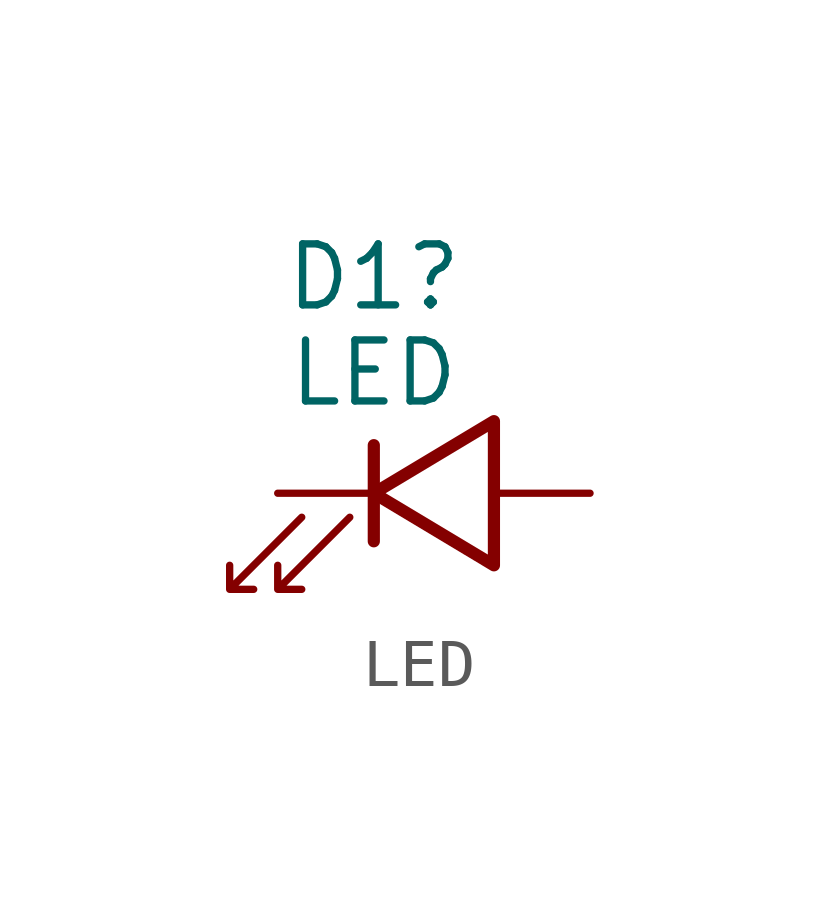
<source format=kicad_sym>
(kicad_symbol_lib
  (version 20220914)
  (generator kicad_symbol_editor)
  (symbol "LED"
    (pin_numbers hide)
    (pin_names
      (offset 1.016) hide)
    (property "Reference" "D1"
      (at 0 4.5 0)
      (effects (font (size 1.27 1.27))))
    (property "Value" "LED"
      (at 0 2.5 0)
      (effects (font (size 1.27 1.27))))
    (symbol "LED_0_1"
      (polyline (pts (xy 0 -1) (xy 0 1)) (stroke (width 0.254) (type default)) (fill (type none)))
      (polyline (pts (xy 2.5 -1.5) (xy 2.5 1.5) (xy 0 0) (xy 2.5 -1.5)) (stroke (width 0.254) (type default)) (fill (type none)))
      (polyline (pts (xy -1.5 -0.5) (xy -3 -2) (xy -2.5 -2) (xy -3 -2) (xy -3 -1.5)) (stroke (width 0) (type default)) (fill (type none)))
      (polyline (pts (xy -0.5 -0.5) (xy -2 -2) (xy -1.5 -2) (xy -2 -2) (xy -2 -1.5)) (stroke (width 0) (type default)) (fill (type none))))
    (symbol "LED_1_1"
      (pin passive line (at -2 0 0) (length 2) (name "K" (effects (font (size 1.5 1.5)))) (number "1" (effects (font (size 1.5 1.5)))))
      (pin passive line (at 4.5 0 180) (length 2) (name "A" (effects (font (size 1.5 1.5)))) (number "2" (effects (font (size 1.5 1.5))))))))
</source>
